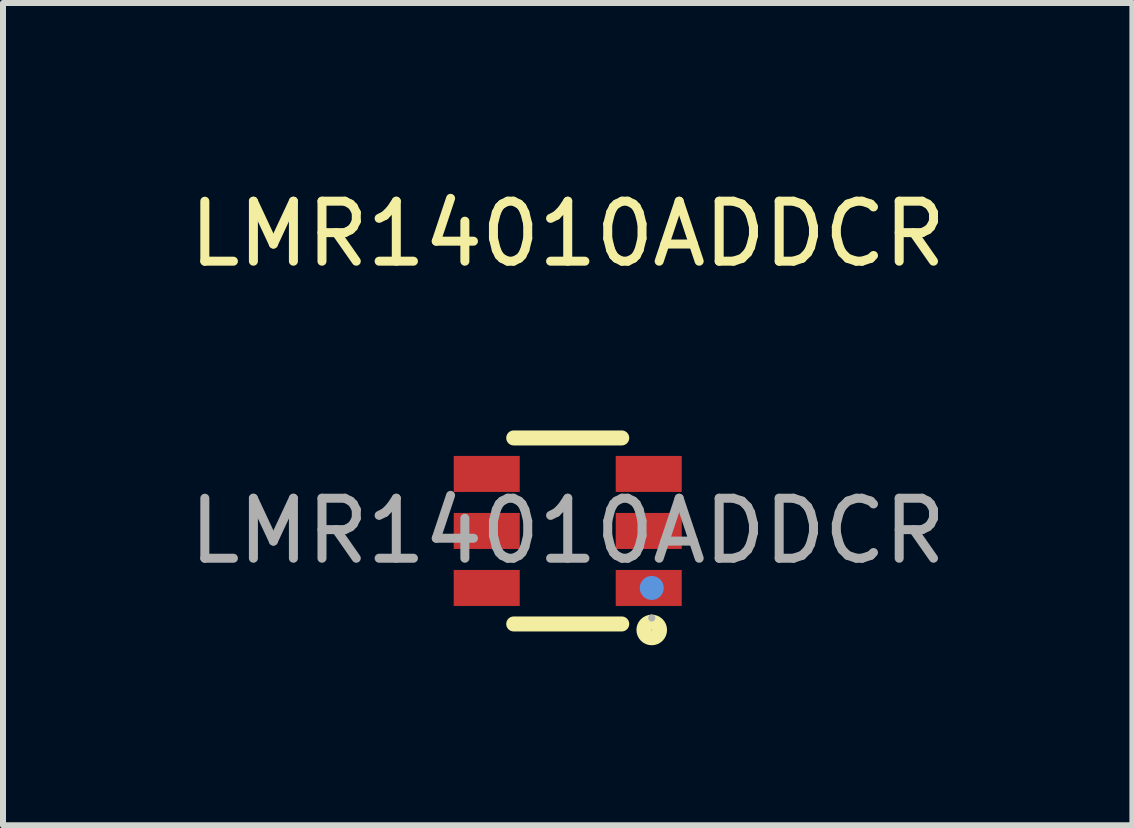
<source format=kicad_pcb>
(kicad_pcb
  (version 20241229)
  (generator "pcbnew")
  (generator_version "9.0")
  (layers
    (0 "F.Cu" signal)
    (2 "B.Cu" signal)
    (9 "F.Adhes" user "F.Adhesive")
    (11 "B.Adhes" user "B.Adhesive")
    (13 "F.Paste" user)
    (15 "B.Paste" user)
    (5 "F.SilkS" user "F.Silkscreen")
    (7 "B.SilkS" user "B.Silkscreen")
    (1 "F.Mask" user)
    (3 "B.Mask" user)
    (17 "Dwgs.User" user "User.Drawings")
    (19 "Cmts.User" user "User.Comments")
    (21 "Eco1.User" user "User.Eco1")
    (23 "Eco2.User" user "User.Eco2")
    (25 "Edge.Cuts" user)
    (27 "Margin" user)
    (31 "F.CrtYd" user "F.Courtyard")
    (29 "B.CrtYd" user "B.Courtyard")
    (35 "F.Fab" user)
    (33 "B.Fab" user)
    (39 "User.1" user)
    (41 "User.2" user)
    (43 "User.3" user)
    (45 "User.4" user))
  (footprint "LMR14010ADDCR"
    (layer "F.Cu")
    (at 6.411 5.798)
    (property "Reference" "LMR14010ADDCR" (at 0 -4.95 0) (layer "F.SilkS") (effects (font (size 1 1) (thickness 0.15))))
    (attr smd)
    (fp_line (start -0.9 -1.55) (end 0.9 -1.55) (stroke (width 0.25) (type solid)) (layer "F.SilkS"))
    (fp_line (start -0.9 1.55) (end 0.9 1.55) (stroke (width 0.25) (type solid)) (layer "F.SilkS"))
    (fp_circle (center 1.4 1.65) (end 1.53 1.65) (stroke (width 0.25) (type solid)) (fill no) (layer "F.SilkS"))
    (fp_circle (center 1.4 0.95) (end 1.5 0.95) (stroke (width 0.2) (type solid)) (fill no) (layer "Cmts.User"))
    (fp_circle (center 1.4 1.45) (end 1.43 1.45) (stroke (width 0.06) (type solid)) (fill no) (layer "F.Fab"))
    (fp_text user "${REFERENCE}" (at 0 0 0) (layer "F.Fab") (effects (font (size 1 1) (thickness 0.15))))
    (pad "1" smd rect (at 1.35 0.95) (size 1.1 0.6) (layers "F.Cu" "F.Mask" "F.Paste"))
    (pad "2" smd rect (at 1.35 0) (size 1.1 0.6) (layers "F.Cu" "F.Mask" "F.Paste"))
    (pad "3" smd rect (at 1.35 -0.95) (size 1.1 0.6) (layers "F.Cu" "F.Mask" "F.Paste"))
    (pad "4" smd rect (at -1.35 -0.95) (size 1.1 0.6) (layers "F.Cu" "F.Mask" "F.Paste"))
    (pad "5" smd rect (at -1.35 0) (size 1.1 0.6) (layers "F.Cu" "F.Mask" "F.Paste"))
    (pad "6" smd rect (at -1.35 0.95) (size 1.1 0.6) (layers "F.Cu" "F.Mask" "F.Paste")))
  (gr_rect
    (start -3 -3)
    (end 15.821 10.703)
    (stroke (width 0.1) (type default))
    (fill no)
    (layer "Edge.Cuts")))
</source>
